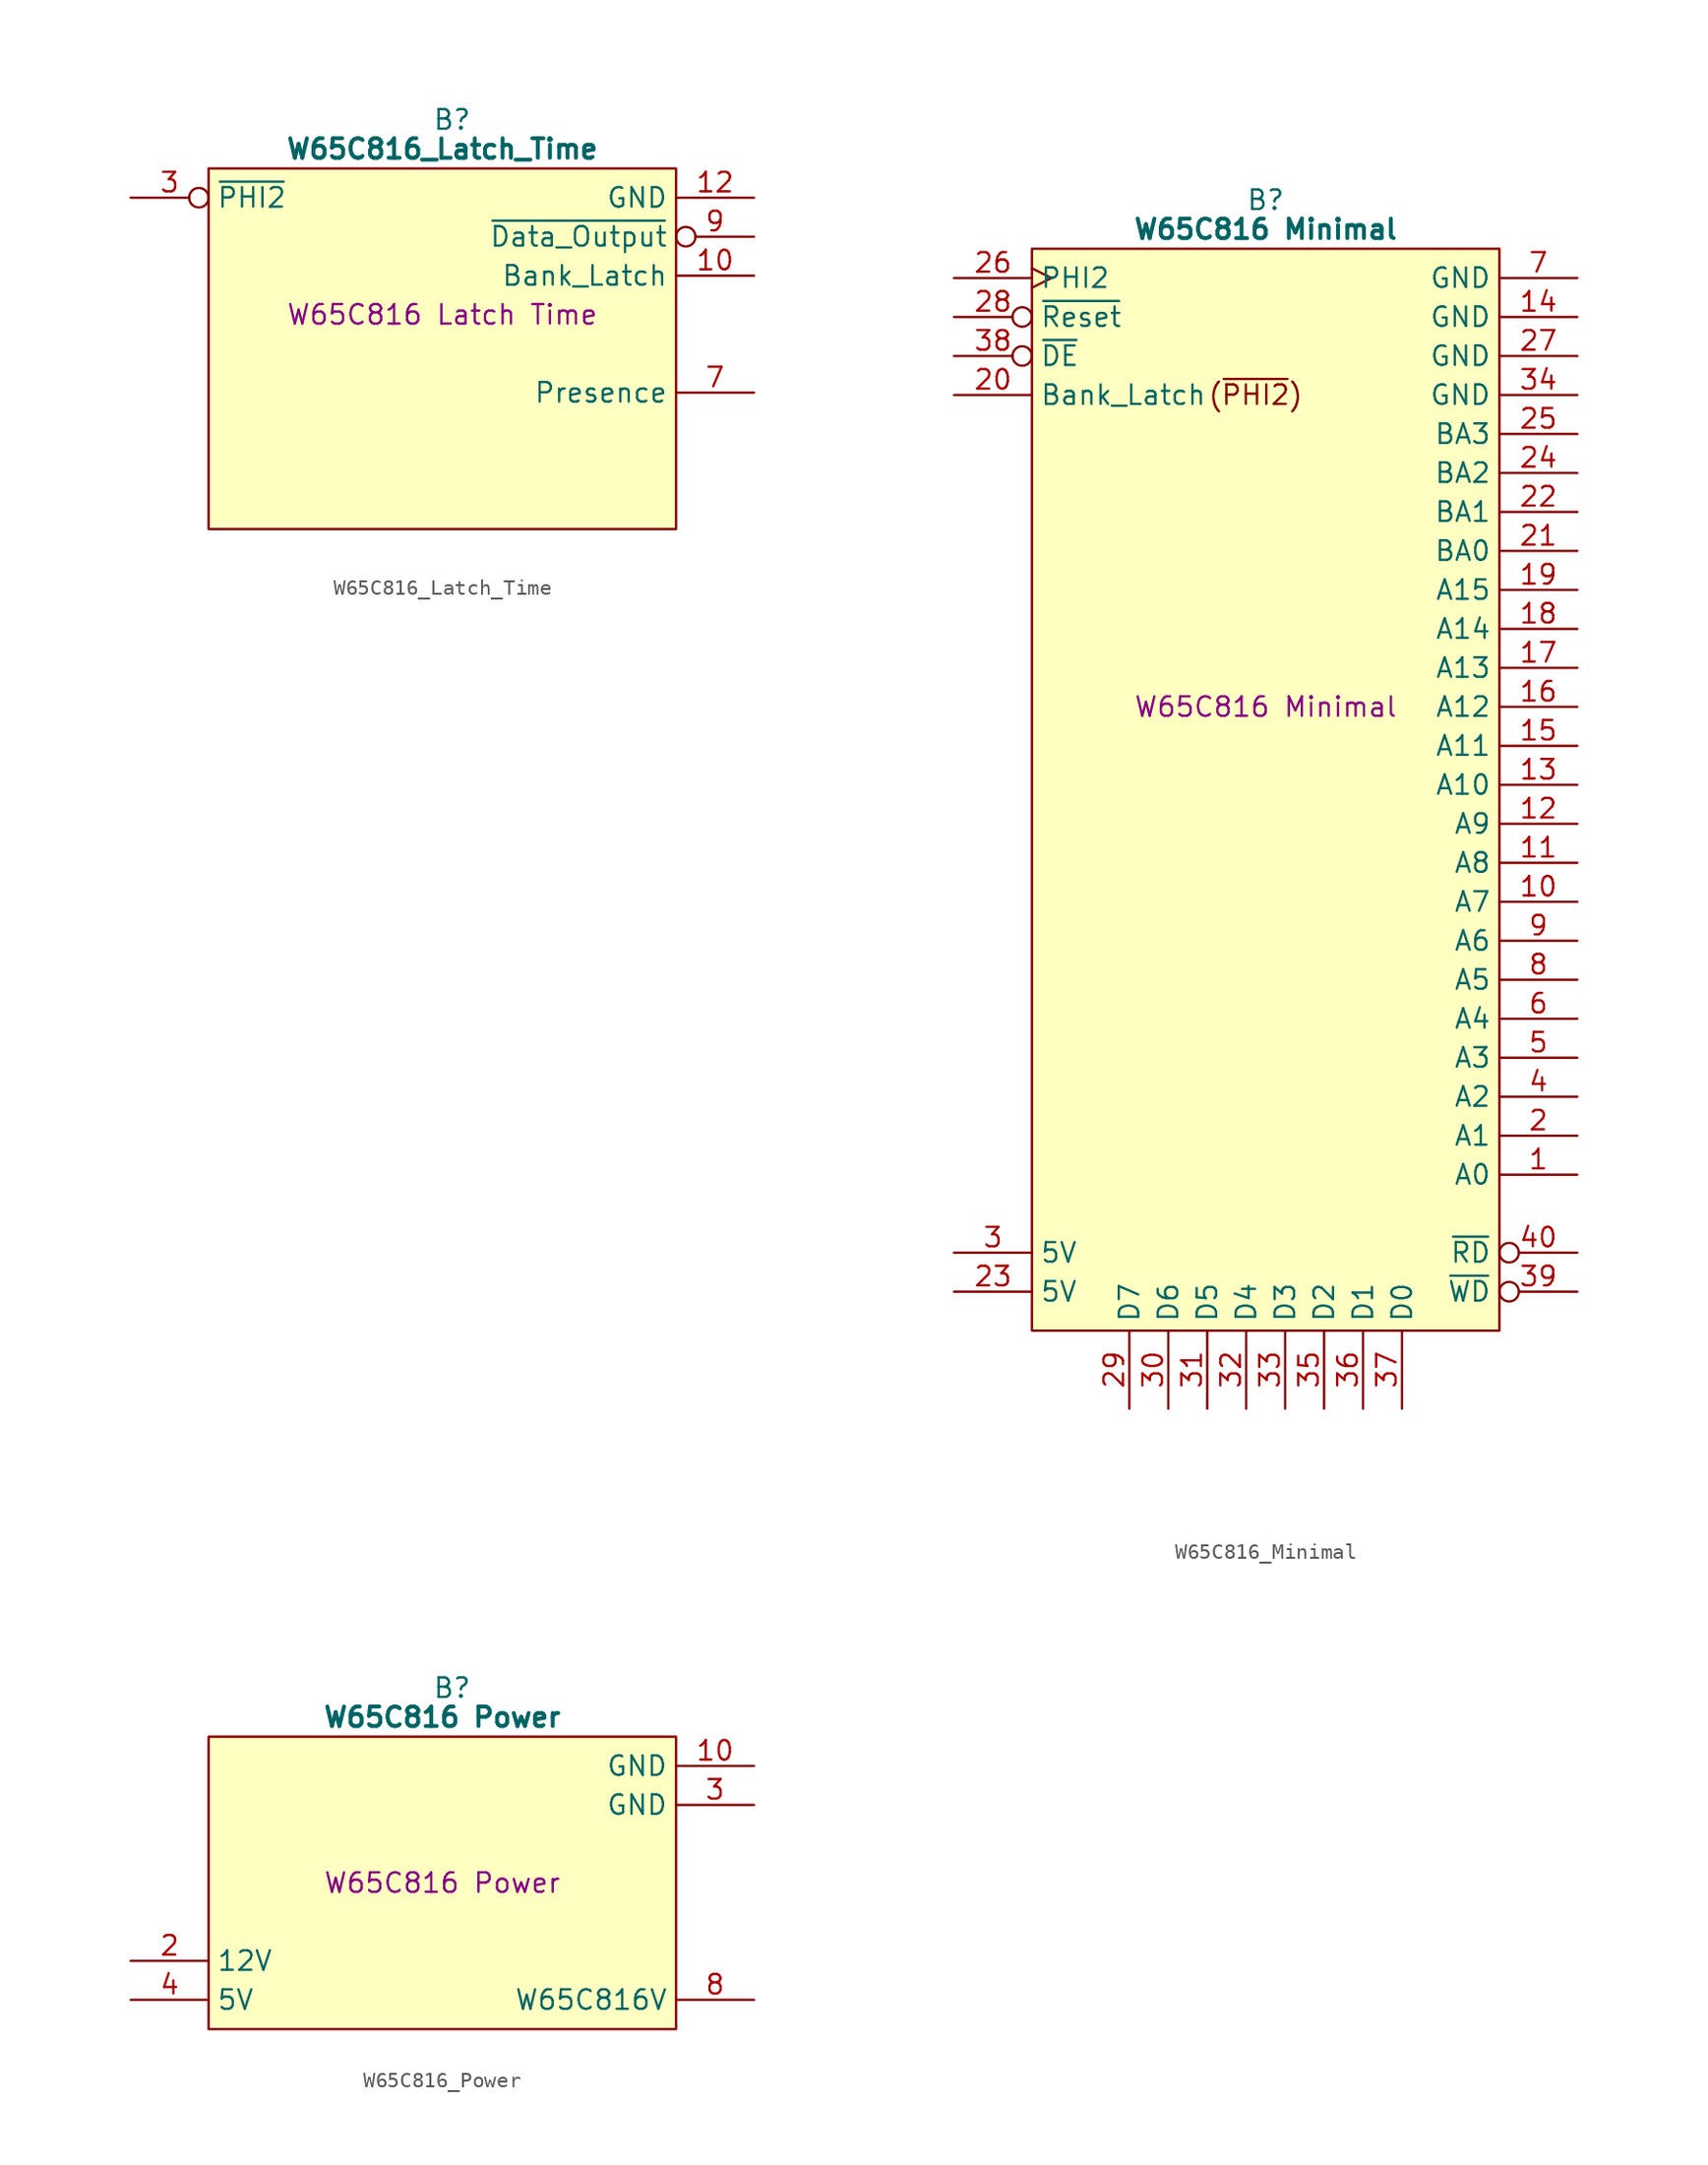
<source format=kicad_sym>
(kicad_symbol_lib
  (version 20241209)
  (generator "kicad_symbol_editor")
  (generator_version "9.0")
  (symbol "W65C816_Latch_Time"
    (property "Reference" "B"
      (at 15.875 5.08 0)
      (effects (font (size 1.27 1.27))))
    (property "Value" "W65C816_Latch_Time"
      (at 15.24 3.175 0)
      (effects (font (size 1.27 1.27) (bold yes))))
    (property "Description" "W65C816 Latch Time"
      (at 15.24 -7.62 0)
      (effects (font (size 1.27 1.27))))
    (symbol "W65C816_Latch_Time_0_1"
      (polyline (pts (xy 0 1.905) (xy 30.48 1.905) (xy 30.48 -21.59) (xy 0 -21.59) (xy 0 1.905)) (stroke (width 0.152) (type default)) (fill (type background))))
    (symbol "W65C816_Latch_Time_1_1"
      (pin input inverted (at -5.08 0 0) (length 5.08) (name "~{PHI2}" (effects (font (size 1.27 1.27)))) (number "3" (effects (font (size 1.27 1.27)))))
      (pin no_connect line (at -5.08 -2.54 0) (length 5.08) (hide yes) (name "N.C." (effects (font (size 1.27 1.27)))) (number "1" (effects (font (size 1.27 1.27)))))
      (pin no_connect line (at -5.08 -5.08 0) (length 5.08) (hide yes) (name "N.C." (effects (font (size 1.27 1.27)))) (number "2" (effects (font (size 1.27 1.27)))))
      (pin no_connect line (at -5.08 -10.16 0) (length 5.08) (hide yes) (name "N.C." (effects (font (size 1.27 1.27)))) (number "4" (effects (font (size 1.27 1.27)))))
      (pin no_connect line (at -5.08 -12.7 0) (length 5.08) (hide yes) (name "N.C." (effects (font (size 1.27 1.27)))) (number "5" (effects (font (size 1.27 1.27)))))
      (pin passive line (at -5.08 -19.05 0) (length 5.08) (hide yes) (name "3.3V" (effects (font (size 1.27 1.27)))) (number "6" (effects (font (size 1.27 1.27)))))
      (pin passive line (at 35.56 0 180) (length 5.08) (name "GND" (effects (font (size 1.27 1.27)))) (number "12" (effects (font (size 1.27 1.27)))))
      (pin output inverted (at 35.56 -2.54 180) (length 5.08) (name "~{Data_Output}" (effects (font (size 1.27 1.27)))) (number "9" (effects (font (size 1.27 1.27)))))
      (pin output line (at 35.56 -5.08 180) (length 5.08) (name "Bank_Latch" (effects (font (size 1.27 1.27)))) (number "10" (effects (font (size 1.27 1.27)))))
      (pin no_connect line (at 35.56 -7.62 180) (length 5.08) (hide yes) (name "N.C." (effects (font (size 1.27 1.27)))) (number "8" (effects (font (size 1.27 1.27)))))
      (pin no_connect line (at 35.56 -10.16 180) (length 5.08) (hide yes) (name "N.C." (effects (font (size 1.27 1.27)))) (number "11" (effects (font (size 1.27 1.27)))))
      (pin output line (at 35.56 -12.7 180) (length 5.08) (name "Presence" (effects (font (size 1.27 1.27)))) (number "7" (effects (font (size 1.27 1.27)))))))
  (symbol "W65C816_Minimal"
    (property "Reference" "B"
      (at 15.24 5.08 0)
      (effects (font (size 1.27 1.27))))
    (property "Value" "W65C816 Minimal"
      (at 15.24 3.175 0)
      (effects (font (size 1.27 1.27) (bold yes))))
    (property "Description" "W65C816 Minimal"
      (at 15.24 -27.94 0)
      (effects (font (size 1.27 1.27))))
    (symbol "W65C816_Minimal_0_1"
      (polyline (pts (xy 0 1.905) (xy 30.48 1.905) (xy 30.48 -68.58) (xy 0 -68.58) (xy 0 1.905)) (stroke (width 0.152) (type default)) (fill (type background))))
    (symbol "W65C816_Minimal_1_0"
      (pin tri_state line (at 13.97 -73.66 90) (length 5.08) (name "D4" (effects (font (size 1.27 1.27)))) (number "32" (effects (font (size 1.27 1.27)))))
      (pin output inverted (at 35.56 -63.5 180) (length 5.08) (name "~{RD}" (effects (font (size 1.27 1.27)))) (number "40" (effects (font (size 1.27 1.27)))))
      (pin output inverted (at 35.56 -66.04 180) (length 5.08) (name "~{WD}" (effects (font (size 1.27 1.27)))) (number "39" (effects (font (size 1.27 1.27))))))
    (symbol "W65C816_Minimal_1_1"
      (text "(~{PHI2})" (at 11.43 -7.62 0) (effects (font (size 1.27 1.27)) (justify left)))
      (pin input clock (at -5.08 0 0) (length 5.08) (name "PHI2" (effects (font (size 1.27 1.27)))) (number "26" (effects (font (size 1.27 1.27)))))
      (pin input inverted (at -5.08 -2.54 0) (length 5.08) (name "~{Reset}" (effects (font (size 1.27 1.27)))) (number "28" (effects (font (size 1.27 1.27)))))
      (pin input inverted (at -5.08 -5.08 0) (length 5.08) (name "~{DE}" (effects (font (size 1.27 1.27)))) (number "38" (effects (font (size 1.27 1.27)))))
      (pin input line (at -5.08 -7.62 0) (length 5.08) (name "Bank_Latch" (effects (font (size 1.27 1.27)))) (number "20" (effects (font (size 1.27 1.27)))))
      (pin passive line (at -5.08 -63.5 0) (length 5.08) (name "5V" (effects (font (size 1.27 1.27)))) (number "3" (effects (font (size 1.27 1.27)))))
      (pin passive line (at -5.08 -66.04 0) (length 5.08) (name "5V" (effects (font (size 1.27 1.27)))) (number "23" (effects (font (size 1.27 1.27)))))
      (pin tri_state line (at 6.35 -73.66 90) (length 5.08) (name "D7" (effects (font (size 1.27 1.27)))) (number "29" (effects (font (size 1.27 1.27)))))
      (pin tri_state line (at 8.89 -73.66 90) (length 5.08) (name "D6" (effects (font (size 1.27 1.27)))) (number "30" (effects (font (size 1.27 1.27)))))
      (pin tri_state line (at 11.43 -73.66 90) (length 5.08) (name "D5" (effects (font (size 1.27 1.27)))) (number "31" (effects (font (size 1.27 1.27)))))
      (pin tri_state line (at 16.51 -73.66 90) (length 5.08) (name "D3" (effects (font (size 1.27 1.27)))) (number "33" (effects (font (size 1.27 1.27)))))
      (pin tri_state line (at 19.05 -73.66 90) (length 5.08) (name "D2" (effects (font (size 1.27 1.27)))) (number "35" (effects (font (size 1.27 1.27)))))
      (pin tri_state line (at 21.59 -73.66 90) (length 5.08) (name "D1" (effects (font (size 1.27 1.27)))) (number "36" (effects (font (size 1.27 1.27)))))
      (pin tri_state line (at 24.13 -73.66 90) (length 5.08) (name "D0" (effects (font (size 1.27 1.27)))) (number "37" (effects (font (size 1.27 1.27)))))
      (pin passive line (at 35.56 0 180) (length 5.08) (name "GND" (effects (font (size 1.27 1.27)))) (number "7" (effects (font (size 1.27 1.27)))))
      (pin passive line (at 35.56 -2.54 180) (length 5.08) (name "GND" (effects (font (size 1.27 1.27)))) (number "14" (effects (font (size 1.27 1.27)))))
      (pin passive line (at 35.56 -5.08 180) (length 5.08) (name "GND" (effects (font (size 1.27 1.27)))) (number "27" (effects (font (size 1.27 1.27)))))
      (pin passive line (at 35.56 -7.62 180) (length 5.08) (name "GND" (effects (font (size 1.27 1.27)))) (number "34" (effects (font (size 1.27 1.27)))))
      (pin output line (at 35.56 -10.16 180) (length 5.08) (name "BA3" (effects (font (size 1.27 1.27)))) (number "25" (effects (font (size 1.27 1.27)))))
      (pin output line (at 35.56 -12.7 180) (length 5.08) (name "BA2" (effects (font (size 1.27 1.27)))) (number "24" (effects (font (size 1.27 1.27)))))
      (pin output line (at 35.56 -15.24 180) (length 5.08) (name "BA1" (effects (font (size 1.27 1.27)))) (number "22" (effects (font (size 1.27 1.27)))))
      (pin output line (at 35.56 -17.78 180) (length 5.08) (name "BA0" (effects (font (size 1.27 1.27)))) (number "21" (effects (font (size 1.27 1.27)))))
      (pin output line (at 35.56 -20.32 180) (length 5.08) (name "A15" (effects (font (size 1.27 1.27)))) (number "19" (effects (font (size 1.27 1.27)))))
      (pin output line (at 35.56 -22.86 180) (length 5.08) (name "A14" (effects (font (size 1.27 1.27)))) (number "18" (effects (font (size 1.27 1.27)))))
      (pin output line (at 35.56 -25.4 180) (length 5.08) (name "A13" (effects (font (size 1.27 1.27)))) (number "17" (effects (font (size 1.27 1.27)))))
      (pin output line (at 35.56 -27.94 180) (length 5.08) (name "A12" (effects (font (size 1.27 1.27)))) (number "16" (effects (font (size 1.27 1.27)))))
      (pin output line (at 35.56 -30.48 180) (length 5.08) (name "A11" (effects (font (size 1.27 1.27)))) (number "15" (effects (font (size 1.27 1.27)))))
      (pin output line (at 35.56 -33.02 180) (length 5.08) (name "A10" (effects (font (size 1.27 1.27)))) (number "13" (effects (font (size 1.27 1.27)))))
      (pin output line (at 35.56 -35.56 180) (length 5.08) (name "A9" (effects (font (size 1.27 1.27)))) (number "12" (effects (font (size 1.27 1.27)))))
      (pin output line (at 35.56 -38.1 180) (length 5.08) (name "A8" (effects (font (size 1.27 1.27)))) (number "11" (effects (font (size 1.27 1.27)))))
      (pin output line (at 35.56 -40.64 180) (length 5.08) (name "A7" (effects (font (size 1.27 1.27)))) (number "10" (effects (font (size 1.27 1.27)))))
      (pin output line (at 35.56 -43.18 180) (length 5.08) (name "A6" (effects (font (size 1.27 1.27)))) (number "9" (effects (font (size 1.27 1.27)))))
      (pin output line (at 35.56 -45.72 180) (length 5.08) (name "A5" (effects (font (size 1.27 1.27)))) (number "8" (effects (font (size 1.27 1.27)))))
      (pin output line (at 35.56 -48.26 180) (length 5.08) (name "A4" (effects (font (size 1.27 1.27)))) (number "6" (effects (font (size 1.27 1.27)))))
      (pin output line (at 35.56 -50.8 180) (length 5.08) (name "A3" (effects (font (size 1.27 1.27)))) (number "5" (effects (font (size 1.27 1.27)))))
      (pin output line (at 35.56 -53.34 180) (length 5.08) (name "A2" (effects (font (size 1.27 1.27)))) (number "4" (effects (font (size 1.27 1.27)))))
      (pin output line (at 35.56 -55.88 180) (length 5.08) (name "A1" (effects (font (size 1.27 1.27)))) (number "2" (effects (font (size 1.27 1.27)))))
      (pin output line (at 35.56 -58.42 180) (length 5.08) (name "A0" (effects (font (size 1.27 1.27)))) (number "1" (effects (font (size 1.27 1.27)))))))
  (symbol "W65C816_Power"
    (property "Reference" "B"
      (at 15.875 5.08 0)
      (effects (font (size 1.27 1.27))))
    (property "Value" "W65C816 Power"
      (at 15.24 3.175 0)
      (effects (font (size 1.27 1.27) (bold yes))))
    (property "Description" "W65C816 Power"
      (at 15.24 -7.62 0)
      (effects (font (size 1.27 1.27))))
    (symbol "W65C816_Power_0_1"
      (polyline (pts (xy 0 1.905) (xy 30.48 1.905) (xy 30.48 -17.145) (xy 0 -17.145) (xy 0 1.905)) (stroke (width 0.152) (type default)) (fill (type background))))
    (symbol "W65C816_Power_1_1"
      (pin no_connect line (at -5.08 -2.54 0) (length 5.08) (hide yes) (name "N.C." (effects (font (size 1.27 1.27)))) (number "1" (effects (font (size 1.27 1.27)))))
      (pin no_connect line (at -5.08 -5.08 0) (length 5.08) (hide yes) (name "N.C." (effects (font (size 1.27 1.27)))) (number "6" (effects (font (size 1.27 1.27)))))
      (pin no_connect line (at -5.08 -7.62 0) (length 5.08) (hide yes) (name "N.C." (effects (font (size 1.27 1.27)))) (number "5" (effects (font (size 1.27 1.27)))))
      (pin passive line (at -5.08 -12.7 0) (length 5.08) (name "12V" (effects (font (size 1.27 1.27)))) (number "2" (effects (font (size 1.27 1.27)))))
      (pin passive line (at -5.08 -15.24 0) (length 5.08) (name "5V" (effects (font (size 1.27 1.27)))) (number "4" (effects (font (size 1.27 1.27)))))
      (pin passive line (at 35.56 0 180) (length 5.08) (name "GND" (effects (font (size 1.27 1.27)))) (number "10" (effects (font (size 1.27 1.27)))))
      (pin passive line (at 35.56 -2.54 180) (length 5.08) (name "GND" (effects (font (size 1.27 1.27)))) (number "3" (effects (font (size 1.27 1.27)))))
      (pin no_connect line (at 35.56 -5.08 180) (length 5.08) (hide yes) (name "N.C." (effects (font (size 1.27 1.27)))) (number "7" (effects (font (size 1.27 1.27)))))
      (pin no_connect line (at 35.56 -7.62 180) (length 5.08) (hide yes) (name "N.C." (effects (font (size 1.27 1.27)))) (number "9" (effects (font (size 1.27 1.27)))))
      (pin no_connect line (at 35.56 -10.16 180) (length 5.08) (hide yes) (name "N.C." (effects (font (size 1.27 1.27)))) (number "11" (effects (font (size 1.27 1.27)))))
      (pin no_connect line (at 35.56 -12.7 180) (length 5.08) (hide yes) (name "N.C." (effects (font (size 1.27 1.27)))) (number "12" (effects (font (size 1.27 1.27)))))
      (pin passive line (at 35.56 -15.24 180) (length 5.08) (name "W65C816V" (effects (font (size 1.27 1.27)))) (number "8" (effects (font (size 1.27 1.27))))))))
</source>
